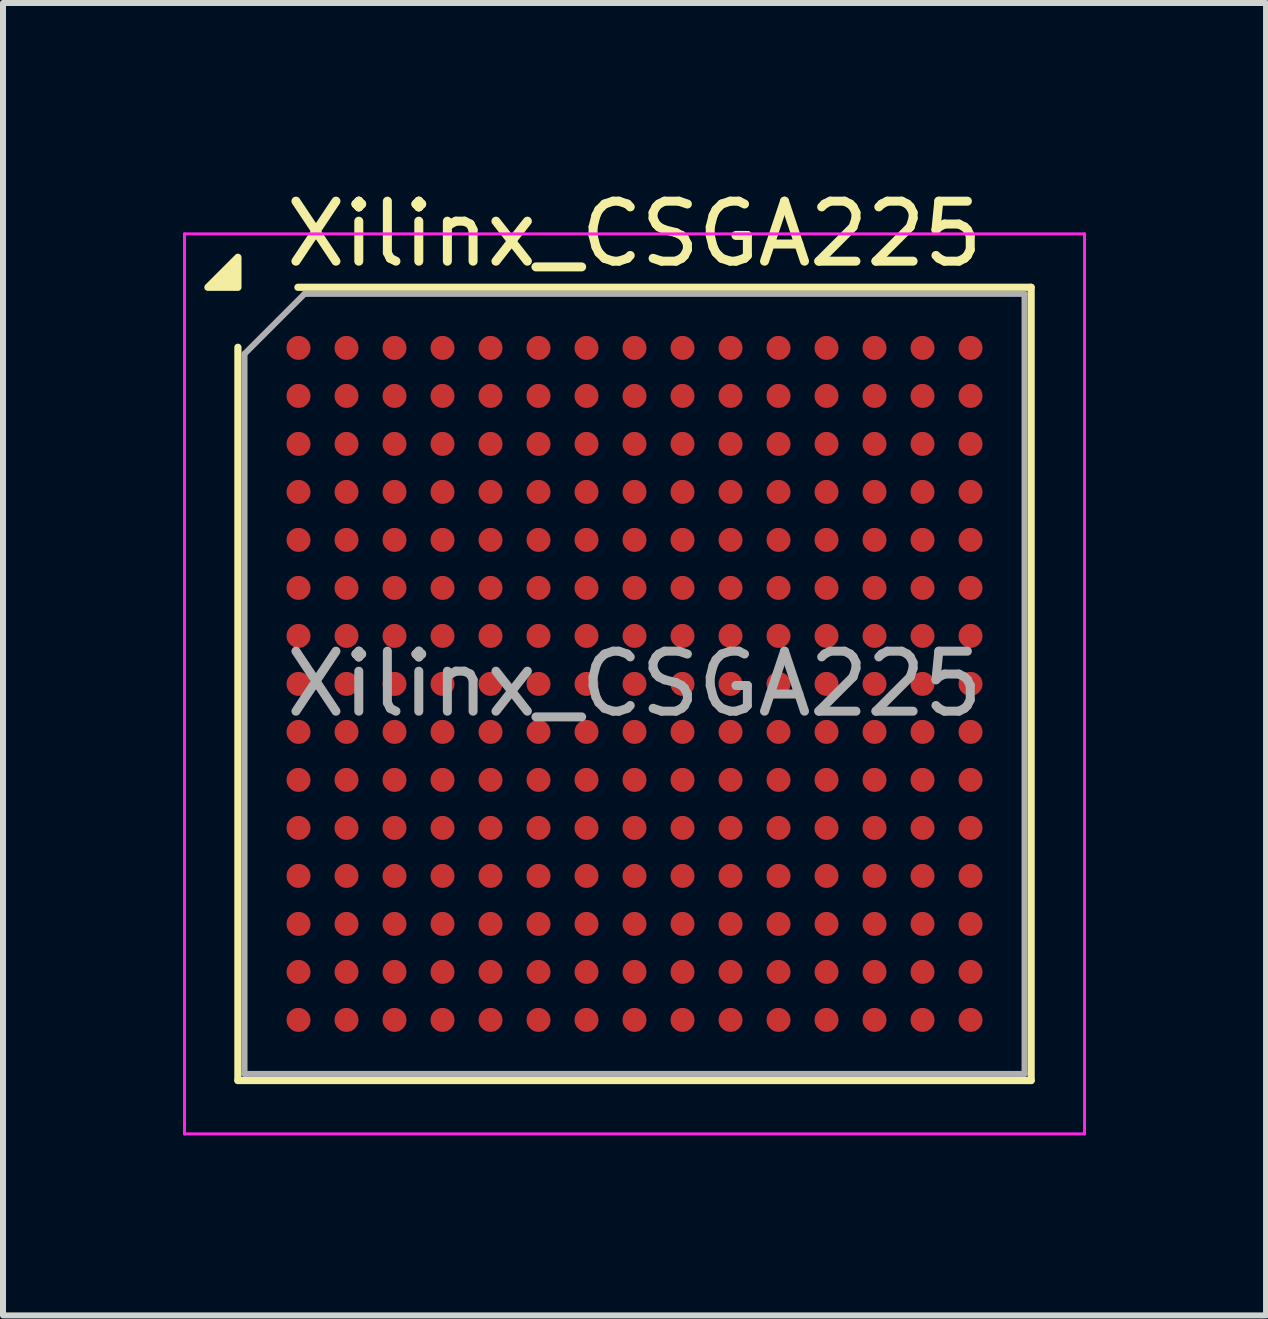
<source format=kicad_pcb>
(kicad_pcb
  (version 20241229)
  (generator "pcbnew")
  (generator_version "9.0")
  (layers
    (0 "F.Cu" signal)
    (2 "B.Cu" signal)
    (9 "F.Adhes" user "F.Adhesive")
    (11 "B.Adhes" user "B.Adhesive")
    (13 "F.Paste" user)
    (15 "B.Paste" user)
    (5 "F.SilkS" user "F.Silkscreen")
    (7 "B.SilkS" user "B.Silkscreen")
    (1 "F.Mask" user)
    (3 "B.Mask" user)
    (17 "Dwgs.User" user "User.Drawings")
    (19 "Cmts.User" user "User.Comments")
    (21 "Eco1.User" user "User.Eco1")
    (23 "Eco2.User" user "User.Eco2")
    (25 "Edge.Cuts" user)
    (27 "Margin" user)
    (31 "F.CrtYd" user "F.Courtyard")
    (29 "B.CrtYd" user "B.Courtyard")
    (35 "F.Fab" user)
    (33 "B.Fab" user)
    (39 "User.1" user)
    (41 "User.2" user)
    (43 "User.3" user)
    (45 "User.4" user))
  (footprint "Xilinx_CSGA225"
    (layer "F.Cu")
    (at 7.525 8.348)
    (property "Reference" "Xilinx_CSGA225" (at 0 -7.5 0) (layer "F.SilkS") (effects (font (size 1 1) (thickness 0.15))))
    (attr smd)
    (fp_line (start -6.61 6.61) (end -6.61 -5.61) (stroke (width 0.12) (type solid)) (layer "F.SilkS"))
    (fp_line (start -5.61 -6.61) (end 6.61 -6.61) (stroke (width 0.12) (type solid)) (layer "F.SilkS"))
    (fp_line (start 6.61 -6.61) (end 6.61 6.61) (stroke (width 0.12) (type solid)) (layer "F.SilkS"))
    (fp_line (start 6.61 6.61) (end -6.61 6.61) (stroke (width 0.12) (type solid)) (layer "F.SilkS"))
    (fp_poly (pts (xy -6.61 -6.61) (xy -7.11 -6.61) (xy -6.61 -7.11) (xy -6.61 -6.61)) (stroke (width 0.12) (type solid)) (fill yes) (layer "F.SilkS"))
    (fp_line (start -7.5 -7.5) (end -7.5 7.5) (stroke (width 0.05) (type solid)) (layer "F.CrtYd"))
    (fp_line (start -7.5 7.5) (end 7.5 7.5) (stroke (width 0.05) (type solid)) (layer "F.CrtYd"))
    (fp_line (start 7.5 -7.5) (end -7.5 -7.5) (stroke (width 0.05) (type solid)) (layer "F.CrtYd"))
    (fp_line (start 7.5 7.5) (end 7.5 -7.5) (stroke (width 0.05) (type solid)) (layer "F.CrtYd"))
    (fp_line (start -6.5 -5.5) (end -5.5 -6.5) (stroke (width 0.1) (type solid)) (layer "F.Fab"))
    (fp_line (start -6.5 6.5) (end -6.5 -5.5) (stroke (width 0.1) (type solid)) (layer "F.Fab"))
    (fp_line (start -5.5 -6.5) (end 6.5 -6.5) (stroke (width 0.1) (type solid)) (layer "F.Fab"))
    (fp_line (start 6.5 -6.5) (end 6.5 6.5) (stroke (width 0.1) (type solid)) (layer "F.Fab"))
    (fp_line (start 6.5 6.5) (end -6.5 6.5) (stroke (width 0.1) (type solid)) (layer "F.Fab"))
    (fp_text user "${REFERENCE}" (at 0 0 0) (layer "F.Fab") (effects (font (size 1 1) (thickness 0.15))))
    (pad "A1" smd circle (at -5.6 -5.6) (size 0.4 0.4) (property pad_prop_bga) (layers "F.Cu" "F.Mask" "F.Paste"))
    (pad "A2" smd circle (at -4.8 -5.6) (size 0.4 0.4) (property pad_prop_bga) (layers "F.Cu" "F.Mask" "F.Paste"))
    (pad "A3" smd circle (at -4 -5.6) (size 0.4 0.4) (property pad_prop_bga) (layers "F.Cu" "F.Mask" "F.Paste"))
    (pad "A4" smd circle (at -3.2 -5.6) (size 0.4 0.4) (property pad_prop_bga) (layers "F.Cu" "F.Mask" "F.Paste"))
    (pad "A5" smd circle (at -2.4 -5.6) (size 0.4 0.4) (property pad_prop_bga) (layers "F.Cu" "F.Mask" "F.Paste"))
    (pad "A6" smd circle (at -1.6 -5.6) (size 0.4 0.4) (property pad_prop_bga) (layers "F.Cu" "F.Mask" "F.Paste"))
    (pad "A7" smd circle (at -0.8 -5.6) (size 0.4 0.4) (property pad_prop_bga) (layers "F.Cu" "F.Mask" "F.Paste"))
    (pad "A8" smd circle (at 0 -5.6) (size 0.4 0.4) (property pad_prop_bga) (layers "F.Cu" "F.Mask" "F.Paste"))
    (pad "A9" smd circle (at 0.8 -5.6) (size 0.4 0.4) (property pad_prop_bga) (layers "F.Cu" "F.Mask" "F.Paste"))
    (pad "A10" smd circle (at 1.6 -5.6) (size 0.4 0.4) (property pad_prop_bga) (layers "F.Cu" "F.Mask" "F.Paste"))
    (pad "A11" smd circle (at 2.4 -5.6) (size 0.4 0.4) (property pad_prop_bga) (layers "F.Cu" "F.Mask" "F.Paste"))
    (pad "A12" smd circle (at 3.2 -5.6) (size 0.4 0.4) (property pad_prop_bga) (layers "F.Cu" "F.Mask" "F.Paste"))
    (pad "A13" smd circle (at 4 -5.6) (size 0.4 0.4) (property pad_prop_bga) (layers "F.Cu" "F.Mask" "F.Paste"))
    (pad "A14" smd circle (at 4.8 -5.6) (size 0.4 0.4) (property pad_prop_bga) (layers "F.Cu" "F.Mask" "F.Paste"))
    (pad "A15" smd circle (at 5.6 -5.6) (size 0.4 0.4) (property pad_prop_bga) (layers "F.Cu" "F.Mask" "F.Paste"))
    (pad "B1" smd circle (at -5.6 -4.8) (size 0.4 0.4) (property pad_prop_bga) (layers "F.Cu" "F.Mask" "F.Paste"))
    (pad "B2" smd circle (at -4.8 -4.8) (size 0.4 0.4) (property pad_prop_bga) (layers "F.Cu" "F.Mask" "F.Paste"))
    (pad "B3" smd circle (at -4 -4.8) (size 0.4 0.4) (property pad_prop_bga) (layers "F.Cu" "F.Mask" "F.Paste"))
    (pad "B4" smd circle (at -3.2 -4.8) (size 0.4 0.4) (property pad_prop_bga) (layers "F.Cu" "F.Mask" "F.Paste"))
    (pad "B5" smd circle (at -2.4 -4.8) (size 0.4 0.4) (property pad_prop_bga) (layers "F.Cu" "F.Mask" "F.Paste"))
    (pad "B6" smd circle (at -1.6 -4.8) (size 0.4 0.4) (property pad_prop_bga) (layers "F.Cu" "F.Mask" "F.Paste"))
    (pad "B7" smd circle (at -0.8 -4.8) (size 0.4 0.4) (property pad_prop_bga) (layers "F.Cu" "F.Mask" "F.Paste"))
    (pad "B8" smd circle (at 0 -4.8) (size 0.4 0.4) (property pad_prop_bga) (layers "F.Cu" "F.Mask" "F.Paste"))
    (pad "B9" smd circle (at 0.8 -4.8) (size 0.4 0.4) (property pad_prop_bga) (layers "F.Cu" "F.Mask" "F.Paste"))
    (pad "B10" smd circle (at 1.6 -4.8) (size 0.4 0.4) (property pad_prop_bga) (layers "F.Cu" "F.Mask" "F.Paste"))
    (pad "B11" smd circle (at 2.4 -4.8) (size 0.4 0.4) (property pad_prop_bga) (layers "F.Cu" "F.Mask" "F.Paste"))
    (pad "B12" smd circle (at 3.2 -4.8) (size 0.4 0.4) (property pad_prop_bga) (layers "F.Cu" "F.Mask" "F.Paste"))
    (pad "B13" smd circle (at 4 -4.8) (size 0.4 0.4) (property pad_prop_bga) (layers "F.Cu" "F.Mask" "F.Paste"))
    (pad "B14" smd circle (at 4.8 -4.8) (size 0.4 0.4) (property pad_prop_bga) (layers "F.Cu" "F.Mask" "F.Paste"))
    (pad "B15" smd circle (at 5.6 -4.8) (size 0.4 0.4) (property pad_prop_bga) (layers "F.Cu" "F.Mask" "F.Paste"))
    (pad "C1" smd circle (at -5.6 -4) (size 0.4 0.4) (property pad_prop_bga) (layers "F.Cu" "F.Mask" "F.Paste"))
    (pad "C2" smd circle (at -4.8 -4) (size 0.4 0.4) (property pad_prop_bga) (layers "F.Cu" "F.Mask" "F.Paste"))
    (pad "C3" smd circle (at -4 -4) (size 0.4 0.4) (property pad_prop_bga) (layers "F.Cu" "F.Mask" "F.Paste"))
    (pad "C4" smd circle (at -3.2 -4) (size 0.4 0.4) (property pad_prop_bga) (layers "F.Cu" "F.Mask" "F.Paste"))
    (pad "C5" smd circle (at -2.4 -4) (size 0.4 0.4) (property pad_prop_bga) (layers "F.Cu" "F.Mask" "F.Paste"))
    (pad "C6" smd circle (at -1.6 -4) (size 0.4 0.4) (property pad_prop_bga) (layers "F.Cu" "F.Mask" "F.Paste"))
    (pad "C7" smd circle (at -0.8 -4) (size 0.4 0.4) (property pad_prop_bga) (layers "F.Cu" "F.Mask" "F.Paste"))
    (pad "C8" smd circle (at 0 -4) (size 0.4 0.4) (property pad_prop_bga) (layers "F.Cu" "F.Mask" "F.Paste"))
    (pad "C9" smd circle (at 0.8 -4) (size 0.4 0.4) (property pad_prop_bga) (layers "F.Cu" "F.Mask" "F.Paste"))
    (pad "C10" smd circle (at 1.6 -4) (size 0.4 0.4) (property pad_prop_bga) (layers "F.Cu" "F.Mask" "F.Paste"))
    (pad "C11" smd circle (at 2.4 -4) (size 0.4 0.4) (property pad_prop_bga) (layers "F.Cu" "F.Mask" "F.Paste"))
    (pad "C12" smd circle (at 3.2 -4) (size 0.4 0.4) (property pad_prop_bga) (layers "F.Cu" "F.Mask" "F.Paste"))
    (pad "C13" smd circle (at 4 -4) (size 0.4 0.4) (property pad_prop_bga) (layers "F.Cu" "F.Mask" "F.Paste"))
    (pad "C14" smd circle (at 4.8 -4) (size 0.4 0.4) (property pad_prop_bga) (layers "F.Cu" "F.Mask" "F.Paste"))
    (pad "C15" smd circle (at 5.6 -4) (size 0.4 0.4) (property pad_prop_bga) (layers "F.Cu" "F.Mask" "F.Paste"))
    (pad "D1" smd circle (at -5.6 -3.2) (size 0.4 0.4) (property pad_prop_bga) (layers "F.Cu" "F.Mask" "F.Paste"))
    (pad "D2" smd circle (at -4.8 -3.2) (size 0.4 0.4) (property pad_prop_bga) (layers "F.Cu" "F.Mask" "F.Paste"))
    (pad "D3" smd circle (at -4 -3.2) (size 0.4 0.4) (property pad_prop_bga) (layers "F.Cu" "F.Mask" "F.Paste"))
    (pad "D4" smd circle (at -3.2 -3.2) (size 0.4 0.4) (property pad_prop_bga) (layers "F.Cu" "F.Mask" "F.Paste"))
    (pad "D5" smd circle (at -2.4 -3.2) (size 0.4 0.4) (property pad_prop_bga) (layers "F.Cu" "F.Mask" "F.Paste"))
    (pad "D6" smd circle (at -1.6 -3.2) (size 0.4 0.4) (property pad_prop_bga) (layers "F.Cu" "F.Mask" "F.Paste"))
    (pad "D7" smd circle (at -0.8 -3.2) (size 0.4 0.4) (property pad_prop_bga) (layers "F.Cu" "F.Mask" "F.Paste"))
    (pad "D8" smd circle (at 0 -3.2) (size 0.4 0.4) (property pad_prop_bga) (layers "F.Cu" "F.Mask" "F.Paste"))
    (pad "D9" smd circle (at 0.8 -3.2) (size 0.4 0.4) (property pad_prop_bga) (layers "F.Cu" "F.Mask" "F.Paste"))
    (pad "D10" smd circle (at 1.6 -3.2) (size 0.4 0.4) (property pad_prop_bga) (layers "F.Cu" "F.Mask" "F.Paste"))
    (pad "D11" smd circle (at 2.4 -3.2) (size 0.4 0.4) (property pad_prop_bga) (layers "F.Cu" "F.Mask" "F.Paste"))
    (pad "D12" smd circle (at 3.2 -3.2) (size 0.4 0.4) (property pad_prop_bga) (layers "F.Cu" "F.Mask" "F.Paste"))
    (pad "D13" smd circle (at 4 -3.2) (size 0.4 0.4) (property pad_prop_bga) (layers "F.Cu" "F.Mask" "F.Paste"))
    (pad "D14" smd circle (at 4.8 -3.2) (size 0.4 0.4) (property pad_prop_bga) (layers "F.Cu" "F.Mask" "F.Paste"))
    (pad "D15" smd circle (at 5.6 -3.2) (size 0.4 0.4) (property pad_prop_bga) (layers "F.Cu" "F.Mask" "F.Paste"))
    (pad "E1" smd circle (at -5.6 -2.4) (size 0.4 0.4) (property pad_prop_bga) (layers "F.Cu" "F.Mask" "F.Paste"))
    (pad "E2" smd circle (at -4.8 -2.4) (size 0.4 0.4) (property pad_prop_bga) (layers "F.Cu" "F.Mask" "F.Paste"))
    (pad "E3" smd circle (at -4 -2.4) (size 0.4 0.4) (property pad_prop_bga) (layers "F.Cu" "F.Mask" "F.Paste"))
    (pad "E4" smd circle (at -3.2 -2.4) (size 0.4 0.4) (property pad_prop_bga) (layers "F.Cu" "F.Mask" "F.Paste"))
    (pad "E5" smd circle (at -2.4 -2.4) (size 0.4 0.4) (property pad_prop_bga) (layers "F.Cu" "F.Mask" "F.Paste"))
    (pad "E6" smd circle (at -1.6 -2.4) (size 0.4 0.4) (property pad_prop_bga) (layers "F.Cu" "F.Mask" "F.Paste"))
    (pad "E7" smd circle (at -0.8 -2.4) (size 0.4 0.4) (property pad_prop_bga) (layers "F.Cu" "F.Mask" "F.Paste"))
    (pad "E8" smd circle (at 0 -2.4) (size 0.4 0.4) (property pad_prop_bga) (layers "F.Cu" "F.Mask" "F.Paste"))
    (pad "E9" smd circle (at 0.8 -2.4) (size 0.4 0.4) (property pad_prop_bga) (layers "F.Cu" "F.Mask" "F.Paste"))
    (pad "E10" smd circle (at 1.6 -2.4) (size 0.4 0.4) (property pad_prop_bga) (layers "F.Cu" "F.Mask" "F.Paste"))
    (pad "E11" smd circle (at 2.4 -2.4) (size 0.4 0.4) (property pad_prop_bga) (layers "F.Cu" "F.Mask" "F.Paste"))
    (pad "E12" smd circle (at 3.2 -2.4) (size 0.4 0.4) (property pad_prop_bga) (layers "F.Cu" "F.Mask" "F.Paste"))
    (pad "E13" smd circle (at 4 -2.4) (size 0.4 0.4) (property pad_prop_bga) (layers "F.Cu" "F.Mask" "F.Paste"))
    (pad "E14" smd circle (at 4.8 -2.4) (size 0.4 0.4) (property pad_prop_bga) (layers "F.Cu" "F.Mask" "F.Paste"))
    (pad "E15" smd circle (at 5.6 -2.4) (size 0.4 0.4) (property pad_prop_bga) (layers "F.Cu" "F.Mask" "F.Paste"))
    (pad "F1" smd circle (at -5.6 -1.6) (size 0.4 0.4) (property pad_prop_bga) (layers "F.Cu" "F.Mask" "F.Paste"))
    (pad "F2" smd circle (at -4.8 -1.6) (size 0.4 0.4) (property pad_prop_bga) (layers "F.Cu" "F.Mask" "F.Paste"))
    (pad "F3" smd circle (at -4 -1.6) (size 0.4 0.4) (property pad_prop_bga) (layers "F.Cu" "F.Mask" "F.Paste"))
    (pad "F4" smd circle (at -3.2 -1.6) (size 0.4 0.4) (property pad_prop_bga) (layers "F.Cu" "F.Mask" "F.Paste"))
    (pad "F5" smd circle (at -2.4 -1.6) (size 0.4 0.4) (property pad_prop_bga) (layers "F.Cu" "F.Mask" "F.Paste"))
    (pad "F6" smd circle (at -1.6 -1.6) (size 0.4 0.4) (property pad_prop_bga) (layers "F.Cu" "F.Mask" "F.Paste"))
    (pad "F7" smd circle (at -0.8 -1.6) (size 0.4 0.4) (property pad_prop_bga) (layers "F.Cu" "F.Mask" "F.Paste"))
    (pad "F8" smd circle (at 0 -1.6) (size 0.4 0.4) (property pad_prop_bga) (layers "F.Cu" "F.Mask" "F.Paste"))
    (pad "F9" smd circle (at 0.8 -1.6) (size 0.4 0.4) (property pad_prop_bga) (layers "F.Cu" "F.Mask" "F.Paste"))
    (pad "F10" smd circle (at 1.6 -1.6) (size 0.4 0.4) (property pad_prop_bga) (layers "F.Cu" "F.Mask" "F.Paste"))
    (pad "F11" smd circle (at 2.4 -1.6) (size 0.4 0.4) (property pad_prop_bga) (layers "F.Cu" "F.Mask" "F.Paste"))
    (pad "F12" smd circle (at 3.2 -1.6) (size 0.4 0.4) (property pad_prop_bga) (layers "F.Cu" "F.Mask" "F.Paste"))
    (pad "F13" smd circle (at 4 -1.6) (size 0.4 0.4) (property pad_prop_bga) (layers "F.Cu" "F.Mask" "F.Paste"))
    (pad "F14" smd circle (at 4.8 -1.6) (size 0.4 0.4) (property pad_prop_bga) (layers "F.Cu" "F.Mask" "F.Paste"))
    (pad "F15" smd circle (at 5.6 -1.6) (size 0.4 0.4) (property pad_prop_bga) (layers "F.Cu" "F.Mask" "F.Paste"))
    (pad "G1" smd circle (at -5.6 -0.8) (size 0.4 0.4) (property pad_prop_bga) (layers "F.Cu" "F.Mask" "F.Paste"))
    (pad "G2" smd circle (at -4.8 -0.8) (size 0.4 0.4) (property pad_prop_bga) (layers "F.Cu" "F.Mask" "F.Paste"))
    (pad "G3" smd circle (at -4 -0.8) (size 0.4 0.4) (property pad_prop_bga) (layers "F.Cu" "F.Mask" "F.Paste"))
    (pad "G4" smd circle (at -3.2 -0.8) (size 0.4 0.4) (property pad_prop_bga) (layers "F.Cu" "F.Mask" "F.Paste"))
    (pad "G5" smd circle (at -2.4 -0.8) (size 0.4 0.4) (property pad_prop_bga) (layers "F.Cu" "F.Mask" "F.Paste"))
    (pad "G6" smd circle (at -1.6 -0.8) (size 0.4 0.4) (property pad_prop_bga) (layers "F.Cu" "F.Mask" "F.Paste"))
    (pad "G7" smd circle (at -0.8 -0.8) (size 0.4 0.4) (property pad_prop_bga) (layers "F.Cu" "F.Mask" "F.Paste"))
    (pad "G8" smd circle (at 0 -0.8) (size 0.4 0.4) (property pad_prop_bga) (layers "F.Cu" "F.Mask" "F.Paste"))
    (pad "G9" smd circle (at 0.8 -0.8) (size 0.4 0.4) (property pad_prop_bga) (layers "F.Cu" "F.Mask" "F.Paste"))
    (pad "G10" smd circle (at 1.6 -0.8) (size 0.4 0.4) (property pad_prop_bga) (layers "F.Cu" "F.Mask" "F.Paste"))
    (pad "G11" smd circle (at 2.4 -0.8) (size 0.4 0.4) (property pad_prop_bga) (layers "F.Cu" "F.Mask" "F.Paste"))
    (pad "G12" smd circle (at 3.2 -0.8) (size 0.4 0.4) (property pad_prop_bga) (layers "F.Cu" "F.Mask" "F.Paste"))
    (pad "G13" smd circle (at 4 -0.8) (size 0.4 0.4) (property pad_prop_bga) (layers "F.Cu" "F.Mask" "F.Paste"))
    (pad "G14" smd circle (at 4.8 -0.8) (size 0.4 0.4) (property pad_prop_bga) (layers "F.Cu" "F.Mask" "F.Paste"))
    (pad "G15" smd circle (at 5.6 -0.8) (size 0.4 0.4) (property pad_prop_bga) (layers "F.Cu" "F.Mask" "F.Paste"))
    (pad "H1" smd circle (at -5.6 0) (size 0.4 0.4) (property pad_prop_bga) (layers "F.Cu" "F.Mask" "F.Paste"))
    (pad "H2" smd circle (at -4.8 0) (size 0.4 0.4) (property pad_prop_bga) (layers "F.Cu" "F.Mask" "F.Paste"))
    (pad "H3" smd circle (at -4 0) (size 0.4 0.4) (property pad_prop_bga) (layers "F.Cu" "F.Mask" "F.Paste"))
    (pad "H4" smd circle (at -3.2 0) (size 0.4 0.4) (property pad_prop_bga) (layers "F.Cu" "F.Mask" "F.Paste"))
    (pad "H5" smd circle (at -2.4 0) (size 0.4 0.4) (property pad_prop_bga) (layers "F.Cu" "F.Mask" "F.Paste"))
    (pad "H6" smd circle (at -1.6 0) (size 0.4 0.4) (property pad_prop_bga) (layers "F.Cu" "F.Mask" "F.Paste"))
    (pad "H7" smd circle (at -0.8 0) (size 0.4 0.4) (property pad_prop_bga) (layers "F.Cu" "F.Mask" "F.Paste"))
    (pad "H8" smd circle (at 0 0) (size 0.4 0.4) (property pad_prop_bga) (layers "F.Cu" "F.Mask" "F.Paste"))
    (pad "H9" smd circle (at 0.8 0) (size 0.4 0.4) (property pad_prop_bga) (layers "F.Cu" "F.Mask" "F.Paste"))
    (pad "H10" smd circle (at 1.6 0) (size 0.4 0.4) (property pad_prop_bga) (layers "F.Cu" "F.Mask" "F.Paste"))
    (pad "H11" smd circle (at 2.4 0) (size 0.4 0.4) (property pad_prop_bga) (layers "F.Cu" "F.Mask" "F.Paste"))
    (pad "H12" smd circle (at 3.2 0) (size 0.4 0.4) (property pad_prop_bga) (layers "F.Cu" "F.Mask" "F.Paste"))
    (pad "H13" smd circle (at 4 0) (size 0.4 0.4) (property pad_prop_bga) (layers "F.Cu" "F.Mask" "F.Paste"))
    (pad "H14" smd circle (at 4.8 0) (size 0.4 0.4) (property pad_prop_bga) (layers "F.Cu" "F.Mask" "F.Paste"))
    (pad "H15" smd circle (at 5.6 0) (size 0.4 0.4) (property pad_prop_bga) (layers "F.Cu" "F.Mask" "F.Paste"))
    (pad "J1" smd circle (at -5.6 0.8) (size 0.4 0.4) (property pad_prop_bga) (layers "F.Cu" "F.Mask" "F.Paste"))
    (pad "J2" smd circle (at -4.8 0.8) (size 0.4 0.4) (property pad_prop_bga) (layers "F.Cu" "F.Mask" "F.Paste"))
    (pad "J3" smd circle (at -4 0.8) (size 0.4 0.4) (property pad_prop_bga) (layers "F.Cu" "F.Mask" "F.Paste"))
    (pad "J4" smd circle (at -3.2 0.8) (size 0.4 0.4) (property pad_prop_bga) (layers "F.Cu" "F.Mask" "F.Paste"))
    (pad "J5" smd circle (at -2.4 0.8) (size 0.4 0.4) (property pad_prop_bga) (layers "F.Cu" "F.Mask" "F.Paste"))
    (pad "J6" smd circle (at -1.6 0.8) (size 0.4 0.4) (property pad_prop_bga) (layers "F.Cu" "F.Mask" "F.Paste"))
    (pad "J7" smd circle (at -0.8 0.8) (size 0.4 0.4) (property pad_prop_bga) (layers "F.Cu" "F.Mask" "F.Paste"))
    (pad "J8" smd circle (at 0 0.8) (size 0.4 0.4) (property pad_prop_bga) (layers "F.Cu" "F.Mask" "F.Paste"))
    (pad "J9" smd circle (at 0.8 0.8) (size 0.4 0.4) (property pad_prop_bga) (layers "F.Cu" "F.Mask" "F.Paste"))
    (pad "J10" smd circle (at 1.6 0.8) (size 0.4 0.4) (property pad_prop_bga) (layers "F.Cu" "F.Mask" "F.Paste"))
    (pad "J11" smd circle (at 2.4 0.8) (size 0.4 0.4) (property pad_prop_bga) (layers "F.Cu" "F.Mask" "F.Paste"))
    (pad "J12" smd circle (at 3.2 0.8) (size 0.4 0.4) (property pad_prop_bga) (layers "F.Cu" "F.Mask" "F.Paste"))
    (pad "J13" smd circle (at 4 0.8) (size 0.4 0.4) (property pad_prop_bga) (layers "F.Cu" "F.Mask" "F.Paste"))
    (pad "J14" smd circle (at 4.8 0.8) (size 0.4 0.4) (property pad_prop_bga) (layers "F.Cu" "F.Mask" "F.Paste"))
    (pad "J15" smd circle (at 5.6 0.8) (size 0.4 0.4) (property pad_prop_bga) (layers "F.Cu" "F.Mask" "F.Paste"))
    (pad "K1" smd circle (at -5.6 1.6) (size 0.4 0.4) (property pad_prop_bga) (layers "F.Cu" "F.Mask" "F.Paste"))
    (pad "K2" smd circle (at -4.8 1.6) (size 0.4 0.4) (property pad_prop_bga) (layers "F.Cu" "F.Mask" "F.Paste"))
    (pad "K3" smd circle (at -4 1.6) (size 0.4 0.4) (property pad_prop_bga) (layers "F.Cu" "F.Mask" "F.Paste"))
    (pad "K4" smd circle (at -3.2 1.6) (size 0.4 0.4) (property pad_prop_bga) (layers "F.Cu" "F.Mask" "F.Paste"))
    (pad "K5" smd circle (at -2.4 1.6) (size 0.4 0.4) (property pad_prop_bga) (layers "F.Cu" "F.Mask" "F.Paste"))
    (pad "K6" smd circle (at -1.6 1.6) (size 0.4 0.4) (property pad_prop_bga) (layers "F.Cu" "F.Mask" "F.Paste"))
    (pad "K7" smd circle (at -0.8 1.6) (size 0.4 0.4) (property pad_prop_bga) (layers "F.Cu" "F.Mask" "F.Paste"))
    (pad "K8" smd circle (at 0 1.6) (size 0.4 0.4) (property pad_prop_bga) (layers "F.Cu" "F.Mask" "F.Paste"))
    (pad "K9" smd circle (at 0.8 1.6) (size 0.4 0.4) (property pad_prop_bga) (layers "F.Cu" "F.Mask" "F.Paste"))
    (pad "K10" smd circle (at 1.6 1.6) (size 0.4 0.4) (property pad_prop_bga) (layers "F.Cu" "F.Mask" "F.Paste"))
    (pad "K11" smd circle (at 2.4 1.6) (size 0.4 0.4) (property pad_prop_bga) (layers "F.Cu" "F.Mask" "F.Paste"))
    (pad "K12" smd circle (at 3.2 1.6) (size 0.4 0.4) (property pad_prop_bga) (layers "F.Cu" "F.Mask" "F.Paste"))
    (pad "K13" smd circle (at 4 1.6) (size 0.4 0.4) (property pad_prop_bga) (layers "F.Cu" "F.Mask" "F.Paste"))
    (pad "K14" smd circle (at 4.8 1.6) (size 0.4 0.4) (property pad_prop_bga) (layers "F.Cu" "F.Mask" "F.Paste"))
    (pad "K15" smd circle (at 5.6 1.6) (size 0.4 0.4) (property pad_prop_bga) (layers "F.Cu" "F.Mask" "F.Paste"))
    (pad "L1" smd circle (at -5.6 2.4) (size 0.4 0.4) (property pad_prop_bga) (layers "F.Cu" "F.Mask" "F.Paste"))
    (pad "L2" smd circle (at -4.8 2.4) (size 0.4 0.4) (property pad_prop_bga) (layers "F.Cu" "F.Mask" "F.Paste"))
    (pad "L3" smd circle (at -4 2.4) (size 0.4 0.4) (property pad_prop_bga) (layers "F.Cu" "F.Mask" "F.Paste"))
    (pad "L4" smd circle (at -3.2 2.4) (size 0.4 0.4) (property pad_prop_bga) (layers "F.Cu" "F.Mask" "F.Paste"))
    (pad "L5" smd circle (at -2.4 2.4) (size 0.4 0.4) (property pad_prop_bga) (layers "F.Cu" "F.Mask" "F.Paste"))
    (pad "L6" smd circle (at -1.6 2.4) (size 0.4 0.4) (property pad_prop_bga) (layers "F.Cu" "F.Mask" "F.Paste"))
    (pad "L7" smd circle (at -0.8 2.4) (size 0.4 0.4) (property pad_prop_bga) (layers "F.Cu" "F.Mask" "F.Paste"))
    (pad "L8" smd circle (at 0 2.4) (size 0.4 0.4) (property pad_prop_bga) (layers "F.Cu" "F.Mask" "F.Paste"))
    (pad "L9" smd circle (at 0.8 2.4) (size 0.4 0.4) (property pad_prop_bga) (layers "F.Cu" "F.Mask" "F.Paste"))
    (pad "L10" smd circle (at 1.6 2.4) (size 0.4 0.4) (property pad_prop_bga) (layers "F.Cu" "F.Mask" "F.Paste"))
    (pad "L11" smd circle (at 2.4 2.4) (size 0.4 0.4) (property pad_prop_bga) (layers "F.Cu" "F.Mask" "F.Paste"))
    (pad "L12" smd circle (at 3.2 2.4) (size 0.4 0.4) (property pad_prop_bga) (layers "F.Cu" "F.Mask" "F.Paste"))
    (pad "L13" smd circle (at 4 2.4) (size 0.4 0.4) (property pad_prop_bga) (layers "F.Cu" "F.Mask" "F.Paste"))
    (pad "L14" smd circle (at 4.8 2.4) (size 0.4 0.4) (property pad_prop_bga) (layers "F.Cu" "F.Mask" "F.Paste"))
    (pad "L15" smd circle (at 5.6 2.4) (size 0.4 0.4) (property pad_prop_bga) (layers "F.Cu" "F.Mask" "F.Paste"))
    (pad "M1" smd circle (at -5.6 3.2) (size 0.4 0.4) (property pad_prop_bga) (layers "F.Cu" "F.Mask" "F.Paste"))
    (pad "M2" smd circle (at -4.8 3.2) (size 0.4 0.4) (property pad_prop_bga) (layers "F.Cu" "F.Mask" "F.Paste"))
    (pad "M3" smd circle (at -4 3.2) (size 0.4 0.4) (property pad_prop_bga) (layers "F.Cu" "F.Mask" "F.Paste"))
    (pad "M4" smd circle (at -3.2 3.2) (size 0.4 0.4) (property pad_prop_bga) (layers "F.Cu" "F.Mask" "F.Paste"))
    (pad "M5" smd circle (at -2.4 3.2) (size 0.4 0.4) (property pad_prop_bga) (layers "F.Cu" "F.Mask" "F.Paste"))
    (pad "M6" smd circle (at -1.6 3.2) (size 0.4 0.4) (property pad_prop_bga) (layers "F.Cu" "F.Mask" "F.Paste"))
    (pad "M7" smd circle (at -0.8 3.2) (size 0.4 0.4) (property pad_prop_bga) (layers "F.Cu" "F.Mask" "F.Paste"))
    (pad "M8" smd circle (at 0 3.2) (size 0.4 0.4) (property pad_prop_bga) (layers "F.Cu" "F.Mask" "F.Paste"))
    (pad "M9" smd circle (at 0.8 3.2) (size 0.4 0.4) (property pad_prop_bga) (layers "F.Cu" "F.Mask" "F.Paste"))
    (pad "M10" smd circle (at 1.6 3.2) (size 0.4 0.4) (property pad_prop_bga) (layers "F.Cu" "F.Mask" "F.Paste"))
    (pad "M11" smd circle (at 2.4 3.2) (size 0.4 0.4) (property pad_prop_bga) (layers "F.Cu" "F.Mask" "F.Paste"))
    (pad "M12" smd circle (at 3.2 3.2) (size 0.4 0.4) (property pad_prop_bga) (layers "F.Cu" "F.Mask" "F.Paste"))
    (pad "M13" smd circle (at 4 3.2) (size 0.4 0.4) (property pad_prop_bga) (layers "F.Cu" "F.Mask" "F.Paste"))
    (pad "M14" smd circle (at 4.8 3.2) (size 0.4 0.4) (property pad_prop_bga) (layers "F.Cu" "F.Mask" "F.Paste"))
    (pad "M15" smd circle (at 5.6 3.2) (size 0.4 0.4) (property pad_prop_bga) (layers "F.Cu" "F.Mask" "F.Paste"))
    (pad "N1" smd circle (at -5.6 4) (size 0.4 0.4) (property pad_prop_bga) (layers "F.Cu" "F.Mask" "F.Paste"))
    (pad "N2" smd circle (at -4.8 4) (size 0.4 0.4) (property pad_prop_bga) (layers "F.Cu" "F.Mask" "F.Paste"))
    (pad "N3" smd circle (at -4 4) (size 0.4 0.4) (property pad_prop_bga) (layers "F.Cu" "F.Mask" "F.Paste"))
    (pad "N4" smd circle (at -3.2 4) (size 0.4 0.4) (property pad_prop_bga) (layers "F.Cu" "F.Mask" "F.Paste"))
    (pad "N5" smd circle (at -2.4 4) (size 0.4 0.4) (property pad_prop_bga) (layers "F.Cu" "F.Mask" "F.Paste"))
    (pad "N6" smd circle (at -1.6 4) (size 0.4 0.4) (property pad_prop_bga) (layers "F.Cu" "F.Mask" "F.Paste"))
    (pad "N7" smd circle (at -0.8 4) (size 0.4 0.4) (property pad_prop_bga) (layers "F.Cu" "F.Mask" "F.Paste"))
    (pad "N8" smd circle (at 0 4) (size 0.4 0.4) (property pad_prop_bga) (layers "F.Cu" "F.Mask" "F.Paste"))
    (pad "N9" smd circle (at 0.8 4) (size 0.4 0.4) (property pad_prop_bga) (layers "F.Cu" "F.Mask" "F.Paste"))
    (pad "N10" smd circle (at 1.6 4) (size 0.4 0.4) (property pad_prop_bga) (layers "F.Cu" "F.Mask" "F.Paste"))
    (pad "N11" smd circle (at 2.4 4) (size 0.4 0.4) (property pad_prop_bga) (layers "F.Cu" "F.Mask" "F.Paste"))
    (pad "N12" smd circle (at 3.2 4) (size 0.4 0.4) (property pad_prop_bga) (layers "F.Cu" "F.Mask" "F.Paste"))
    (pad "N13" smd circle (at 4 4) (size 0.4 0.4) (property pad_prop_bga) (layers "F.Cu" "F.Mask" "F.Paste"))
    (pad "N14" smd circle (at 4.8 4) (size 0.4 0.4) (property pad_prop_bga) (layers "F.Cu" "F.Mask" "F.Paste"))
    (pad "N15" smd circle (at 5.6 4) (size 0.4 0.4) (property pad_prop_bga) (layers "F.Cu" "F.Mask" "F.Paste"))
    (pad "P1" smd circle (at -5.6 4.8) (size 0.4 0.4) (property pad_prop_bga) (layers "F.Cu" "F.Mask" "F.Paste"))
    (pad "P2" smd circle (at -4.8 4.8) (size 0.4 0.4) (property pad_prop_bga) (layers "F.Cu" "F.Mask" "F.Paste"))
    (pad "P3" smd circle (at -4 4.8) (size 0.4 0.4) (property pad_prop_bga) (layers "F.Cu" "F.Mask" "F.Paste"))
    (pad "P4" smd circle (at -3.2 4.8) (size 0.4 0.4) (property pad_prop_bga) (layers "F.Cu" "F.Mask" "F.Paste"))
    (pad "P5" smd circle (at -2.4 4.8) (size 0.4 0.4) (property pad_prop_bga) (layers "F.Cu" "F.Mask" "F.Paste"))
    (pad "P6" smd circle (at -1.6 4.8) (size 0.4 0.4) (property pad_prop_bga) (layers "F.Cu" "F.Mask" "F.Paste"))
    (pad "P7" smd circle (at -0.8 4.8) (size 0.4 0.4) (property pad_prop_bga) (layers "F.Cu" "F.Mask" "F.Paste"))
    (pad "P8" smd circle (at 0 4.8) (size 0.4 0.4) (property pad_prop_bga) (layers "F.Cu" "F.Mask" "F.Paste"))
    (pad "P9" smd circle (at 0.8 4.8) (size 0.4 0.4) (property pad_prop_bga) (layers "F.Cu" "F.Mask" "F.Paste"))
    (pad "P10" smd circle (at 1.6 4.8) (size 0.4 0.4) (property pad_prop_bga) (layers "F.Cu" "F.Mask" "F.Paste"))
    (pad "P11" smd circle (at 2.4 4.8) (size 0.4 0.4) (property pad_prop_bga) (layers "F.Cu" "F.Mask" "F.Paste"))
    (pad "P12" smd circle (at 3.2 4.8) (size 0.4 0.4) (property pad_prop_bga) (layers "F.Cu" "F.Mask" "F.Paste"))
    (pad "P13" smd circle (at 4 4.8) (size 0.4 0.4) (property pad_prop_bga) (layers "F.Cu" "F.Mask" "F.Paste"))
    (pad "P14" smd circle (at 4.8 4.8) (size 0.4 0.4) (property pad_prop_bga) (layers "F.Cu" "F.Mask" "F.Paste"))
    (pad "P15" smd circle (at 5.6 4.8) (size 0.4 0.4) (property pad_prop_bga) (layers "F.Cu" "F.Mask" "F.Paste"))
    (pad "R1" smd circle (at -5.6 5.6) (size 0.4 0.4) (property pad_prop_bga) (layers "F.Cu" "F.Mask" "F.Paste"))
    (pad "R2" smd circle (at -4.8 5.6) (size 0.4 0.4) (property pad_prop_bga) (layers "F.Cu" "F.Mask" "F.Paste"))
    (pad "R3" smd circle (at -4 5.6) (size 0.4 0.4) (property pad_prop_bga) (layers "F.Cu" "F.Mask" "F.Paste"))
    (pad "R4" smd circle (at -3.2 5.6) (size 0.4 0.4) (property pad_prop_bga) (layers "F.Cu" "F.Mask" "F.Paste"))
    (pad "R5" smd circle (at -2.4 5.6) (size 0.4 0.4) (property pad_prop_bga) (layers "F.Cu" "F.Mask" "F.Paste"))
    (pad "R6" smd circle (at -1.6 5.6) (size 0.4 0.4) (property pad_prop_bga) (layers "F.Cu" "F.Mask" "F.Paste"))
    (pad "R7" smd circle (at -0.8 5.6) (size 0.4 0.4) (property pad_prop_bga) (layers "F.Cu" "F.Mask" "F.Paste"))
    (pad "R8" smd circle (at 0 5.6) (size 0.4 0.4) (property pad_prop_bga) (layers "F.Cu" "F.Mask" "F.Paste"))
    (pad "R9" smd circle (at 0.8 5.6) (size 0.4 0.4) (property pad_prop_bga) (layers "F.Cu" "F.Mask" "F.Paste"))
    (pad "R10" smd circle (at 1.6 5.6) (size 0.4 0.4) (property pad_prop_bga) (layers "F.Cu" "F.Mask" "F.Paste"))
    (pad "R11" smd circle (at 2.4 5.6) (size 0.4 0.4) (property pad_prop_bga) (layers "F.Cu" "F.Mask" "F.Paste"))
    (pad "R12" smd circle (at 3.2 5.6) (size 0.4 0.4) (property pad_prop_bga) (layers "F.Cu" "F.Mask" "F.Paste"))
    (pad "R13" smd circle (at 4 5.6) (size 0.4 0.4) (property pad_prop_bga) (layers "F.Cu" "F.Mask" "F.Paste"))
    (pad "R14" smd circle (at 4.8 5.6) (size 0.4 0.4) (property pad_prop_bga) (layers "F.Cu" "F.Mask" "F.Paste"))
    (pad "R15" smd circle (at 5.6 5.6) (size 0.4 0.4) (property pad_prop_bga) (layers "F.Cu" "F.Mask" "F.Paste")))
  (gr_rect
    (start -3 -3)
    (end 18.05 18.873)
    (stroke (width 0.1) (type default))
    (fill no)
    (layer "Edge.Cuts")))
</source>
